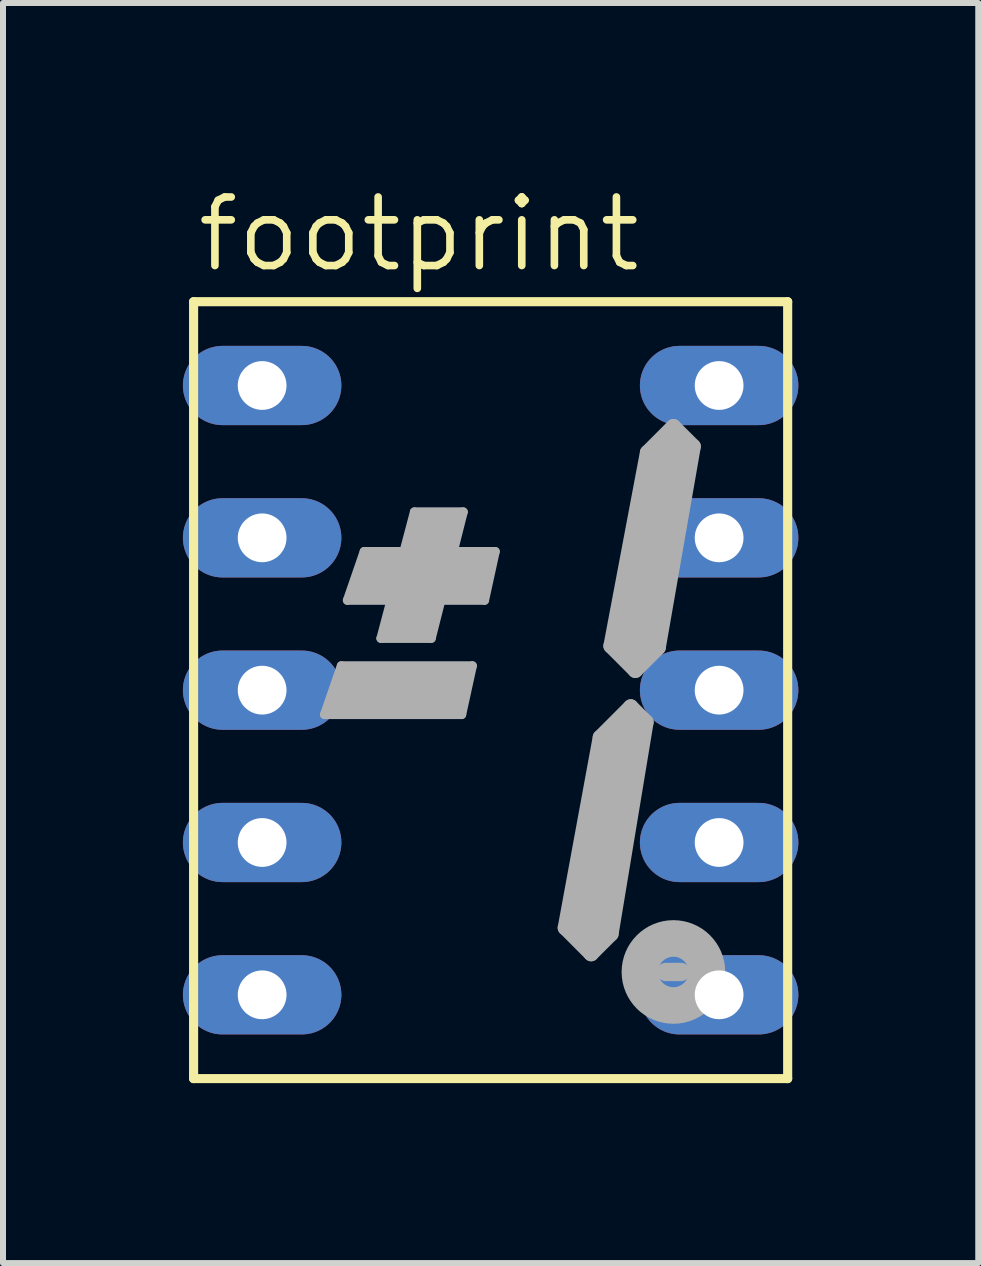
<source format=kicad_pcb>
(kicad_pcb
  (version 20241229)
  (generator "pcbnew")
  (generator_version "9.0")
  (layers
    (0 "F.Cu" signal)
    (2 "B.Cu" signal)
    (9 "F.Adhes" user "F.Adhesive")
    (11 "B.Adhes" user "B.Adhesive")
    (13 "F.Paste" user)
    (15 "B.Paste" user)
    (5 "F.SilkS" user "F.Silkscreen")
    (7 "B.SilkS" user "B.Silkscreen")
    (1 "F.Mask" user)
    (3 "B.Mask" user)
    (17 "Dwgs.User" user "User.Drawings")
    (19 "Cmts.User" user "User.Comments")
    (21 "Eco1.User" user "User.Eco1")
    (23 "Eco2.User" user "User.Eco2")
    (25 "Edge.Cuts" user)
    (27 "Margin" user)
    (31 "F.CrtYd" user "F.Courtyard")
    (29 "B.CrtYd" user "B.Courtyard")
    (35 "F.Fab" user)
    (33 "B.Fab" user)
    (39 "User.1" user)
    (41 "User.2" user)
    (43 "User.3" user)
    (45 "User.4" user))
  (footprint "footprint"
    (layer "F.Cu")
    (at 5.131 8.458)
    (property "Reference" "footprint" (at -4.953 -6.934 0) (layer "F.SilkS") (effects (font (size 1.143 1.143) (thickness 0.127)) (justify left bottom)))
    (fp_line (start -4.953 -6.477) (end 4.953 -6.477) (stroke (width 0.152) (type solid)) (layer "F.SilkS"))
    (fp_line (start -4.953 6.477) (end -4.953 -6.477) (stroke (width 0.152) (type solid)) (layer "F.SilkS"))
    (fp_line (start 4.953 -6.477) (end 4.953 6.477) (stroke (width 0.152) (type solid)) (layer "F.SilkS"))
    (fp_line (start 4.953 6.477) (end -4.953 6.477) (stroke (width 0.152) (type solid)) (layer "F.SilkS"))
    (fp_line (start -2.769 0.406) (end -0.483 0.406) (stroke (width 0.152) (type solid)) (layer "F.Fab"))
    (fp_line (start -2.616 0.305) (end -2.388 0.305) (stroke (width 0.254) (type solid)) (layer "F.Fab"))
    (fp_line (start -2.489 -0.406) (end -2.769 0.406) (stroke (width 0.152) (type solid)) (layer "F.Fab"))
    (fp_line (start -2.388 -1.499) (end -0.102 -1.499) (stroke (width 0.152) (type solid)) (layer "F.Fab"))
    (fp_line (start -2.388 -0.279) (end -2.616 0.305) (stroke (width 0.254) (type solid)) (layer "F.Fab"))
    (fp_line (start -2.337 -0.279) (end -2.388 -0.279) (stroke (width 0.254) (type solid)) (layer "F.Fab"))
    (fp_line (start -2.235 -1.626) (end -2.032 -2.21) (stroke (width 0.254) (type solid)) (layer "F.Fab"))
    (fp_line (start -2.108 -2.311) (end -2.388 -1.499) (stroke (width 0.152) (type solid)) (layer "F.Fab"))
    (fp_line (start -1.956 -1.626) (end -2.235 -1.626) (stroke (width 0.254) (type solid)) (layer "F.Fab"))
    (fp_line (start -1.27 -2.972) (end -1.829 -0.864) (stroke (width 0.152) (type solid)) (layer "F.Fab"))
    (fp_line (start -1.245 -2.692) (end -1.194 -2.845) (stroke (width 0.254) (type solid)) (layer "F.Fab"))
    (fp_line (start -1.194 -2.845) (end -0.584 -2.845) (stroke (width 0.254) (type solid)) (layer "F.Fab"))
    (fp_line (start -1.067 -0.991) (end -1.702 -0.991) (stroke (width 0.254) (type solid)) (layer "F.Fab"))
    (fp_line (start -0.991 -0.864) (end -1.829 -0.864) (stroke (width 0.152) (type solid)) (layer "F.Fab"))
    (fp_line (start -0.991 -0.864) (end -0.457 -2.972) (stroke (width 0.152) (type solid)) (layer "F.Fab"))
    (fp_line (start -0.965 -2.565) (end -1.321 -1.245) (stroke (width 0.813) (type solid)) (layer "F.Fab"))
    (fp_line (start -0.762 0) (end -2.21 0) (stroke (width 0.813) (type solid)) (layer "F.Fab"))
    (fp_line (start -0.711 -0.305) (end -0.432 -0.305) (stroke (width 0.254) (type solid)) (layer "F.Fab"))
    (fp_line (start -0.711 0.279) (end -0.584 0.279) (stroke (width 0.254) (type solid)) (layer "F.Fab"))
    (fp_line (start -0.584 -2.845) (end -0.635 -2.692) (stroke (width 0.254) (type solid)) (layer "F.Fab"))
    (fp_line (start -0.533 -1.905) (end -1.803 -1.905) (stroke (width 0.813) (type solid)) (layer "F.Fab"))
    (fp_line (start -0.457 -2.972) (end -1.27 -2.972) (stroke (width 0.152) (type solid)) (layer "F.Fab"))
    (fp_line (start -0.457 -2.184) (end -0.051 -2.184) (stroke (width 0.254) (type solid)) (layer "F.Fab"))
    (fp_line (start -0.305 -0.406) (end -2.489 -0.406) (stroke (width 0.152) (type solid)) (layer "F.Fab"))
    (fp_line (start -0.305 -0.406) (end -0.483 0.406) (stroke (width 0.152) (type solid)) (layer "F.Fab"))
    (fp_line (start -0.178 -1.626) (end -0.33 -1.626) (stroke (width 0.254) (type solid)) (layer "F.Fab"))
    (fp_line (start -0.051 -2.184) (end -0.178 -1.626) (stroke (width 0.254) (type solid)) (layer "F.Fab"))
    (fp_line (start 0.076 -2.311) (end -2.108 -2.311) (stroke (width 0.152) (type solid)) (layer "F.Fab"))
    (fp_line (start 0.076 -2.311) (end -0.102 -1.499) (stroke (width 0.152) (type solid)) (layer "F.Fab"))
    (fp_line (start 1.245 3.962) (end 1.676 4.394) (stroke (width 0.254) (type solid)) (layer "F.Fab"))
    (fp_line (start 1.651 3.937) (end 2.286 0.635) (stroke (width 0.61) (type solid)) (layer "F.Fab"))
    (fp_line (start 1.676 4.394) (end 2.007 4.064) (stroke (width 0.254) (type solid)) (layer "F.Fab"))
    (fp_line (start 1.829 0.787) (end 1.245 3.962) (stroke (width 0.254) (type solid)) (layer "F.Fab"))
    (fp_line (start 2.007 -0.737) (end 2.413 -0.33) (stroke (width 0.254) (type solid)) (layer "F.Fab"))
    (fp_line (start 2.007 4.064) (end 2.591 0.533) (stroke (width 0.254) (type solid)) (layer "F.Fab"))
    (fp_line (start 2.337 0.279) (end 1.829 0.787) (stroke (width 0.254) (type solid)) (layer "F.Fab"))
    (fp_line (start 2.413 -0.33) (end 2.794 -0.711) (stroke (width 0.254) (type solid)) (layer "F.Fab"))
    (fp_line (start 2.591 0.533) (end 2.337 0.279) (stroke (width 0.254) (type solid)) (layer "F.Fab"))
    (fp_line (start 2.616 -3.962) (end 2.007 -0.737) (stroke (width 0.254) (type solid)) (layer "F.Fab"))
    (fp_line (start 2.794 -0.711) (end 3.378 -4.064) (stroke (width 0.254) (type solid)) (layer "F.Fab"))
    (fp_line (start 2.921 4.699) (end 3.175 4.699) (stroke (width 0.305) (type solid)) (layer "F.Fab"))
    (fp_line (start 3.048 -4.394) (end 2.616 -3.962) (stroke (width 0.254) (type solid)) (layer "F.Fab"))
    (fp_line (start 3.048 -4.064) (end 2.413 -0.762) (stroke (width 0.61) (type solid)) (layer "F.Fab"))
    (fp_line (start 3.378 -4.064) (end 3.048 -4.394) (stroke (width 0.254) (type solid)) (layer "F.Fab"))
    (fp_circle (center 3.048 4.699) (end 3.302 4.699) (stroke (width 0.61) (type solid)) (fill no) (layer "F.Fab"))
    (pad "1" thru_hole oval (at -3.81 -5.08) (size 2.642 1.321) (drill 0.813) (layers "*.Cu" "*.Mask"))
    (pad "2" thru_hole oval (at -3.81 -2.54) (size 2.642 1.321) (drill 0.813) (layers "*.Cu" "*.Mask"))
    (pad "3" thru_hole oval (at -3.81 0) (size 2.642 1.321) (drill 0.813) (layers "*.Cu" "*.Mask"))
    (pad "4" thru_hole oval (at -3.81 2.54) (size 2.642 1.321) (drill 0.813) (layers "*.Cu" "*.Mask"))
    (pad "5" thru_hole oval (at -3.81 5.08) (size 2.642 1.321) (drill 0.813) (layers "*.Cu" "*.Mask"))
    (pad "6" thru_hole oval (at 3.81 5.08) (size 2.642 1.321) (drill 0.813) (layers "*.Cu" "*.Mask"))
    (pad "7" thru_hole oval (at 3.81 2.54) (size 2.642 1.321) (drill 0.813) (layers "*.Cu" "*.Mask"))
    (pad "8" thru_hole oval (at 3.81 0) (size 2.642 1.321) (drill 0.813) (layers "*.Cu" "*.Mask"))
    (pad "9" thru_hole oval (at 3.81 -2.54) (size 2.642 1.321) (drill 0.813) (layers "*.Cu" "*.Mask"))
    (pad "10" thru_hole oval (at 3.81 -5.08) (size 2.642 1.321) (drill 0.813) (layers "*.Cu" "*.Mask")))
  (gr_rect
    (start -3 -3)
    (end 13.262 18.011)
    (stroke (width 0.1) (type default))
    (fill no)
    (layer "Edge.Cuts")))
</source>
